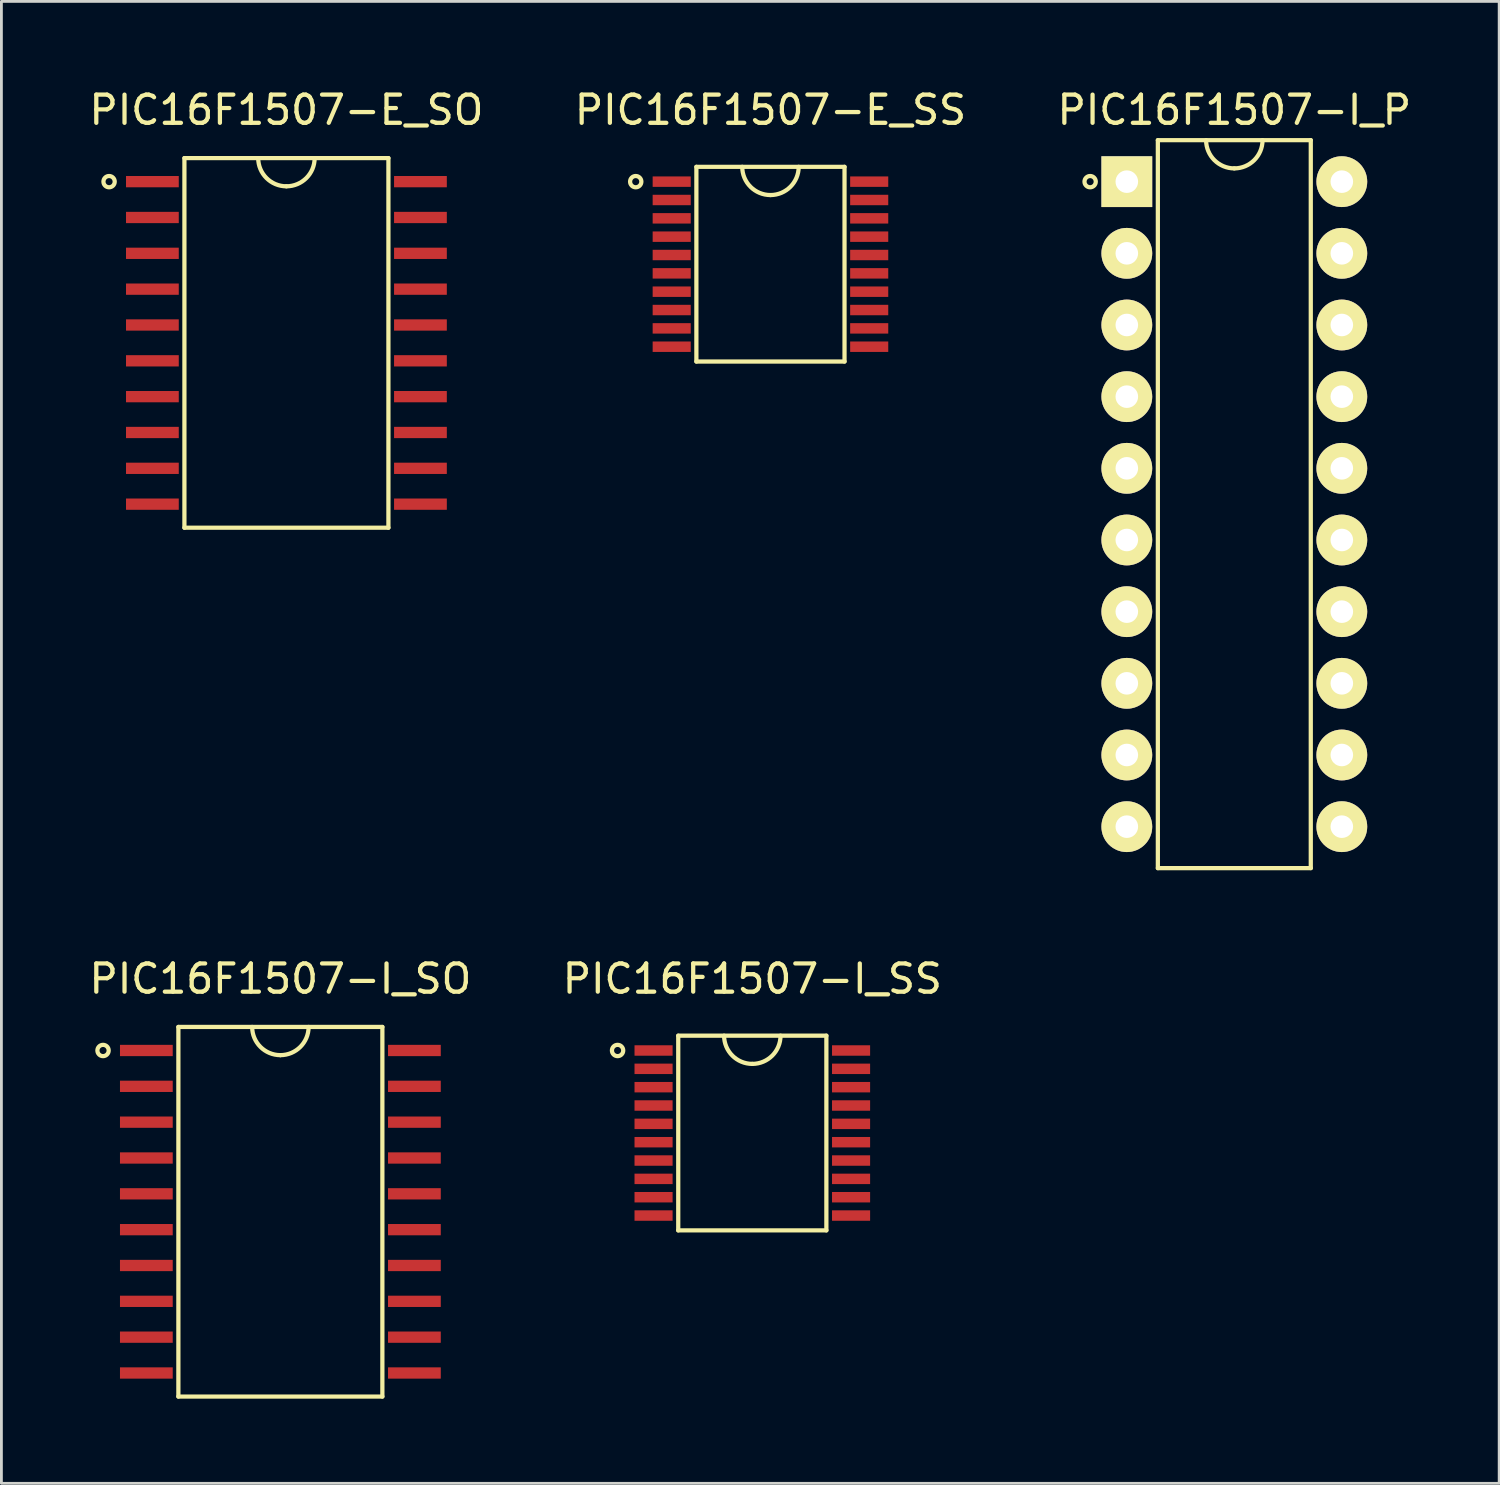
<source format=kicad_pcb>
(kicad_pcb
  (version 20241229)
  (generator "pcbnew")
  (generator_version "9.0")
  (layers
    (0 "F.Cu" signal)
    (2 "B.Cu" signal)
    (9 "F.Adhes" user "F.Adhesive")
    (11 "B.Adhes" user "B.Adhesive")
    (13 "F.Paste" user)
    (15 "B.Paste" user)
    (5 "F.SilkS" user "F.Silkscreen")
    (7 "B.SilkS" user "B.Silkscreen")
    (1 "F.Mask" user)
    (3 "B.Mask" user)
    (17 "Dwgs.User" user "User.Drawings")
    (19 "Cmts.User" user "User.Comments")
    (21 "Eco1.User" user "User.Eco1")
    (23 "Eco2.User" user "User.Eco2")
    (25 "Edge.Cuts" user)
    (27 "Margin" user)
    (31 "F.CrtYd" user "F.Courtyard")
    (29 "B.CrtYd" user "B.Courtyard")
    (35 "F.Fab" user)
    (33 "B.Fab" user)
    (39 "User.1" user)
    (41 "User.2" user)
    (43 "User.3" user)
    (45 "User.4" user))
  (footprint "PIC16F1507-I_P"
    (layer "F.Cu")
    (at 36.886 3.388)
    (property "Reference" "PIC16F1507-I_P" (at 3.81 -2.54 0) (layer "F.SilkS") (effects (font (size 1 1) (thickness 0.15))))
    (attr through_hole)
    (fp_line (start 1.1 -1.47) (end 6.52 -1.47) (stroke (width 0.15) (type solid)) (layer "F.SilkS"))
    (fp_line (start 1.1 24.33) (end 1.1 -1.47) (stroke (width 0.15) (type solid)) (layer "F.SilkS"))
    (fp_line (start 6.52 -1.47) (end 6.52 24.33) (stroke (width 0.15) (type solid)) (layer "F.SilkS"))
    (fp_line (start 6.52 24.33) (end 1.1 24.33) (stroke (width 0.15) (type solid)) (layer "F.SilkS"))
    (fp_arc (start 3.81 -0.47) (mid 3.102893 -0.762893) (end 2.81 -1.47) (stroke (width 0.15) (type solid)) (layer "F.SilkS"))
    (fp_arc (start 4.81 -1.47) (mid 4.517107 -0.762893) (end 3.81 -0.47) (stroke (width 0.15) (type solid)) (layer "F.SilkS"))
    (fp_circle (center -1.3 0) (end -1.3 0.2) (stroke (width 0.15) (type solid)) (fill no) (layer "F.SilkS"))
    (pad "1" thru_hole rect (at 0 0) (size 1.8 1.8) (drill 0.8) (layers "*.Cu" "*.Mask" "F.SilkS"))
    (pad "2" thru_hole circle (at 0 2.54) (size 1.8 1.8) (drill 0.8) (layers "*.Cu" "*.Mask" "F.SilkS"))
    (pad "3" thru_hole circle (at 0 5.08) (size 1.8 1.8) (drill 0.8) (layers "*.Cu" "*.Mask" "F.SilkS"))
    (pad "4" thru_hole circle (at 0 7.62) (size 1.8 1.8) (drill 0.8) (layers "*.Cu" "*.Mask" "F.SilkS"))
    (pad "5" thru_hole circle (at 0 10.16) (size 1.8 1.8) (drill 0.8) (layers "*.Cu" "*.Mask" "F.SilkS"))
    (pad "6" thru_hole circle (at 0 12.7) (size 1.8 1.8) (drill 0.8) (layers "*.Cu" "*.Mask" "F.SilkS"))
    (pad "7" thru_hole circle (at 0 15.24) (size 1.8 1.8) (drill 0.8) (layers "*.Cu" "*.Mask" "F.SilkS"))
    (pad "8" thru_hole circle (at 0 17.78) (size 1.8 1.8) (drill 0.8) (layers "*.Cu" "*.Mask" "F.SilkS"))
    (pad "9" thru_hole circle (at 0 20.32) (size 1.8 1.8) (drill 0.8) (layers "*.Cu" "*.Mask" "F.SilkS"))
    (pad "10" thru_hole circle (at 0 22.86) (size 1.8 1.8) (drill 0.8) (layers "*.Cu" "*.Mask" "F.SilkS"))
    (pad "11" thru_hole circle (at 7.62 22.86) (size 1.8 1.8) (drill 0.8) (layers "*.Cu" "*.Mask" "F.SilkS"))
    (pad "12" thru_hole circle (at 7.62 20.32) (size 1.8 1.8) (drill 0.8) (layers "*.Cu" "*.Mask" "F.SilkS"))
    (pad "13" thru_hole circle (at 7.62 17.78) (size 1.8 1.8) (drill 0.8) (layers "*.Cu" "*.Mask" "F.SilkS"))
    (pad "14" thru_hole circle (at 7.62 15.24) (size 1.8 1.8) (drill 0.8) (layers "*.Cu" "*.Mask" "F.SilkS"))
    (pad "15" thru_hole circle (at 7.62 12.7) (size 1.8 1.8) (drill 0.8) (layers "*.Cu" "*.Mask" "F.SilkS"))
    (pad "16" thru_hole circle (at 7.62 10.16) (size 1.8 1.8) (drill 0.8) (layers "*.Cu" "*.Mask" "F.SilkS"))
    (pad "17" thru_hole circle (at 7.62 7.62) (size 1.8 1.8) (drill 0.8) (layers "*.Cu" "*.Mask" "F.SilkS"))
    (pad "18" thru_hole circle (at 7.62 5.08) (size 1.8 1.8) (drill 0.8) (layers "*.Cu" "*.Mask" "F.SilkS"))
    (pad "19" thru_hole circle (at 7.62 2.54) (size 1.8 1.8) (drill 0.8) (layers "*.Cu" "*.Mask" "F.SilkS"))
    (pad "20" thru_hole circle (at 7.62 0) (size 1.8 1.8) (drill 0.8) (layers "*.Cu" "*.Mask" "F.SilkS")))
  (footprint "PIC16F1507-I_SS"
    (layer "F.Cu")
    (at 20.113 34.181)
    (property "Reference" "PIC16F1507-I_SS" (at 3.5 -2.54 0) (layer "F.SilkS") (effects (font (size 1 1) (thickness 0.15))))
    (attr through_hole)
    (fp_line (start 0.875 -0.525) (end 6.125 -0.525) (stroke (width 0.15) (type solid)) (layer "F.SilkS"))
    (fp_line (start 0.875 6.375) (end 0.875 -0.525) (stroke (width 0.15) (type solid)) (layer "F.SilkS"))
    (fp_line (start 6.125 -0.525) (end 6.125 6.375) (stroke (width 0.15) (type solid)) (layer "F.SilkS"))
    (fp_line (start 6.125 6.375) (end 0.875 6.375) (stroke (width 0.15) (type solid)) (layer "F.SilkS"))
    (fp_arc (start 3.5 0.475) (mid 2.792893 0.182107) (end 2.5 -0.525) (stroke (width 0.15) (type solid)) (layer "F.SilkS"))
    (fp_arc (start 4.5 -0.525) (mid 4.207107 0.182107) (end 3.5 0.475) (stroke (width 0.15) (type solid)) (layer "F.SilkS"))
    (fp_circle (center -1.275 0) (end -1.275 0.2) (stroke (width 0.15) (type solid)) (fill no) (layer "F.SilkS"))
    (pad "1" smd rect (at 0 0) (size 1.35 0.37) (layers "F.Cu" "F.Mask" "F.Paste"))
    (pad "2" smd rect (at 0 0.65) (size 1.35 0.37) (layers "F.Cu" "F.Mask" "F.Paste"))
    (pad "3" smd rect (at 0 1.3) (size 1.35 0.37) (layers "F.Cu" "F.Mask" "F.Paste"))
    (pad "4" smd rect (at 0 1.95) (size 1.35 0.37) (layers "F.Cu" "F.Mask" "F.Paste"))
    (pad "5" smd rect (at 0 2.6) (size 1.35 0.37) (layers "F.Cu" "F.Mask" "F.Paste"))
    (pad "6" smd rect (at 0 3.25) (size 1.35 0.37) (layers "F.Cu" "F.Mask" "F.Paste"))
    (pad "7" smd rect (at 0 3.9) (size 1.35 0.37) (layers "F.Cu" "F.Mask" "F.Paste"))
    (pad "8" smd rect (at 0 4.55) (size 1.35 0.37) (layers "F.Cu" "F.Mask" "F.Paste"))
    (pad "9" smd rect (at 0 5.2) (size 1.35 0.37) (layers "F.Cu" "F.Mask" "F.Paste"))
    (pad "10" smd rect (at 0 5.85) (size 1.35 0.37) (layers "F.Cu" "F.Mask" "F.Paste"))
    (pad "11" smd rect (at 7 5.85) (size 1.35 0.37) (layers "F.Cu" "F.Mask" "F.Paste"))
    (pad "12" smd rect (at 7 5.2) (size 1.35 0.37) (layers "F.Cu" "F.Mask" "F.Paste"))
    (pad "13" smd rect (at 7 4.55) (size 1.35 0.37) (layers "F.Cu" "F.Mask" "F.Paste"))
    (pad "14" smd rect (at 7 3.9) (size 1.35 0.37) (layers "F.Cu" "F.Mask" "F.Paste"))
    (pad "15" smd rect (at 7 3.25) (size 1.35 0.37) (layers "F.Cu" "F.Mask" "F.Paste"))
    (pad "16" smd rect (at 7 2.6) (size 1.35 0.37) (layers "F.Cu" "F.Mask" "F.Paste"))
    (pad "17" smd rect (at 7 1.95) (size 1.35 0.37) (layers "F.Cu" "F.Mask" "F.Paste"))
    (pad "18" smd rect (at 7 1.3) (size 1.35 0.37) (layers "F.Cu" "F.Mask" "F.Paste"))
    (pad "19" smd rect (at 7 0.65) (size 1.35 0.37) (layers "F.Cu" "F.Mask" "F.Paste"))
    (pad "20" smd rect (at 7 0) (size 1.35 0.37) (layers "F.Cu" "F.Mask" "F.Paste")))
  (footprint "PIC16F1507-E_SO"
    (layer "F.Cu")
    (at 2.351 3.388)
    (property "Reference" "PIC16F1507-E_SO" (at 4.75 -2.54 0) (layer "F.SilkS") (effects (font (size 1 1) (thickness 0.15))))
    (attr through_hole)
    (fp_line (start 1.135 -0.835) (end 8.365 -0.835) (stroke (width 0.15) (type solid)) (layer "F.SilkS"))
    (fp_line (start 1.135 12.265) (end 1.135 -0.835) (stroke (width 0.15) (type solid)) (layer "F.SilkS"))
    (fp_line (start 8.365 -0.835) (end 8.365 12.265) (stroke (width 0.15) (type solid)) (layer "F.SilkS"))
    (fp_line (start 8.365 12.265) (end 1.135 12.265) (stroke (width 0.15) (type solid)) (layer "F.SilkS"))
    (fp_arc (start 4.75 0.165) (mid 4.042893 -0.127893) (end 3.75 -0.835) (stroke (width 0.15) (type solid)) (layer "F.SilkS"))
    (fp_arc (start 5.75 -0.835) (mid 5.457107 -0.127893) (end 4.75 0.165) (stroke (width 0.15) (type solid)) (layer "F.SilkS"))
    (fp_circle (center -1.535 0) (end -1.535 0.2) (stroke (width 0.15) (type solid)) (fill no) (layer "F.SilkS"))
    (pad "1" smd rect (at 0 0) (size 1.87 0.4) (layers "F.Cu" "F.Mask" "F.Paste"))
    (pad "2" smd rect (at 0 1.27) (size 1.87 0.4) (layers "F.Cu" "F.Mask" "F.Paste"))
    (pad "3" smd rect (at 0 2.54) (size 1.87 0.4) (layers "F.Cu" "F.Mask" "F.Paste"))
    (pad "4" smd rect (at 0 3.81) (size 1.87 0.4) (layers "F.Cu" "F.Mask" "F.Paste"))
    (pad "5" smd rect (at 0 5.08) (size 1.87 0.4) (layers "F.Cu" "F.Mask" "F.Paste"))
    (pad "6" smd rect (at 0 6.35) (size 1.87 0.4) (layers "F.Cu" "F.Mask" "F.Paste"))
    (pad "7" smd rect (at 0 7.62) (size 1.87 0.4) (layers "F.Cu" "F.Mask" "F.Paste"))
    (pad "8" smd rect (at 0 8.89) (size 1.87 0.4) (layers "F.Cu" "F.Mask" "F.Paste"))
    (pad "9" smd rect (at 0 10.16) (size 1.87 0.4) (layers "F.Cu" "F.Mask" "F.Paste"))
    (pad "10" smd rect (at 0 11.43) (size 1.87 0.4) (layers "F.Cu" "F.Mask" "F.Paste"))
    (pad "11" smd rect (at 9.5 11.43) (size 1.87 0.4) (layers "F.Cu" "F.Mask" "F.Paste"))
    (pad "12" smd rect (at 9.5 10.16) (size 1.87 0.4) (layers "F.Cu" "F.Mask" "F.Paste"))
    (pad "13" smd rect (at 9.5 8.89) (size 1.87 0.4) (layers "F.Cu" "F.Mask" "F.Paste"))
    (pad "14" smd rect (at 9.5 7.62) (size 1.87 0.4) (layers "F.Cu" "F.Mask" "F.Paste"))
    (pad "15" smd rect (at 9.5 6.35) (size 1.87 0.4) (layers "F.Cu" "F.Mask" "F.Paste"))
    (pad "16" smd rect (at 9.5 5.08) (size 1.87 0.4) (layers "F.Cu" "F.Mask" "F.Paste"))
    (pad "17" smd rect (at 9.5 3.81) (size 1.87 0.4) (layers "F.Cu" "F.Mask" "F.Paste"))
    (pad "18" smd rect (at 9.5 2.54) (size 1.87 0.4) (layers "F.Cu" "F.Mask" "F.Paste"))
    (pad "19" smd rect (at 9.5 1.27) (size 1.87 0.4) (layers "F.Cu" "F.Mask" "F.Paste"))
    (pad "20" smd rect (at 9.5 0) (size 1.87 0.4) (layers "F.Cu" "F.Mask" "F.Paste")))
  (footprint "PIC16F1507-I_SO"
    (layer "F.Cu")
    (at 2.137 34.181)
    (property "Reference" "PIC16F1507-I_SO" (at 4.75 -2.54 0) (layer "F.SilkS") (effects (font (size 1 1) (thickness 0.15))))
    (attr through_hole)
    (fp_line (start 1.135 -0.835) (end 8.365 -0.835) (stroke (width 0.15) (type solid)) (layer "F.SilkS"))
    (fp_line (start 1.135 12.265) (end 1.135 -0.835) (stroke (width 0.15) (type solid)) (layer "F.SilkS"))
    (fp_line (start 8.365 -0.835) (end 8.365 12.265) (stroke (width 0.15) (type solid)) (layer "F.SilkS"))
    (fp_line (start 8.365 12.265) (end 1.135 12.265) (stroke (width 0.15) (type solid)) (layer "F.SilkS"))
    (fp_arc (start 4.75 0.165) (mid 4.042893 -0.127893) (end 3.75 -0.835) (stroke (width 0.15) (type solid)) (layer "F.SilkS"))
    (fp_arc (start 5.75 -0.835) (mid 5.457107 -0.127893) (end 4.75 0.165) (stroke (width 0.15) (type solid)) (layer "F.SilkS"))
    (fp_circle (center -1.535 0) (end -1.535 0.2) (stroke (width 0.15) (type solid)) (fill no) (layer "F.SilkS"))
    (pad "1" smd rect (at 0 0) (size 1.87 0.4) (layers "F.Cu" "F.Mask" "F.Paste"))
    (pad "2" smd rect (at 0 1.27) (size 1.87 0.4) (layers "F.Cu" "F.Mask" "F.Paste"))
    (pad "3" smd rect (at 0 2.54) (size 1.87 0.4) (layers "F.Cu" "F.Mask" "F.Paste"))
    (pad "4" smd rect (at 0 3.81) (size 1.87 0.4) (layers "F.Cu" "F.Mask" "F.Paste"))
    (pad "5" smd rect (at 0 5.08) (size 1.87 0.4) (layers "F.Cu" "F.Mask" "F.Paste"))
    (pad "6" smd rect (at 0 6.35) (size 1.87 0.4) (layers "F.Cu" "F.Mask" "F.Paste"))
    (pad "7" smd rect (at 0 7.62) (size 1.87 0.4) (layers "F.Cu" "F.Mask" "F.Paste"))
    (pad "8" smd rect (at 0 8.89) (size 1.87 0.4) (layers "F.Cu" "F.Mask" "F.Paste"))
    (pad "9" smd rect (at 0 10.16) (size 1.87 0.4) (layers "F.Cu" "F.Mask" "F.Paste"))
    (pad "10" smd rect (at 0 11.43) (size 1.87 0.4) (layers "F.Cu" "F.Mask" "F.Paste"))
    (pad "11" smd rect (at 9.5 11.43) (size 1.87 0.4) (layers "F.Cu" "F.Mask" "F.Paste"))
    (pad "12" smd rect (at 9.5 10.16) (size 1.87 0.4) (layers "F.Cu" "F.Mask" "F.Paste"))
    (pad "13" smd rect (at 9.5 8.89) (size 1.87 0.4) (layers "F.Cu" "F.Mask" "F.Paste"))
    (pad "14" smd rect (at 9.5 7.62) (size 1.87 0.4) (layers "F.Cu" "F.Mask" "F.Paste"))
    (pad "15" smd rect (at 9.5 6.35) (size 1.87 0.4) (layers "F.Cu" "F.Mask" "F.Paste"))
    (pad "16" smd rect (at 9.5 5.08) (size 1.87 0.4) (layers "F.Cu" "F.Mask" "F.Paste"))
    (pad "17" smd rect (at 9.5 3.81) (size 1.87 0.4) (layers "F.Cu" "F.Mask" "F.Paste"))
    (pad "18" smd rect (at 9.5 2.54) (size 1.87 0.4) (layers "F.Cu" "F.Mask" "F.Paste"))
    (pad "19" smd rect (at 9.5 1.27) (size 1.87 0.4) (layers "F.Cu" "F.Mask" "F.Paste"))
    (pad "20" smd rect (at 9.5 0) (size 1.87 0.4) (layers "F.Cu" "F.Mask" "F.Paste")))
  (footprint "PIC16F1507-E_SS"
    (layer "F.Cu")
    (at 20.756 3.388)
    (property "Reference" "PIC16F1507-E_SS" (at 3.5 -2.54 0) (layer "F.SilkS") (effects (font (size 1 1) (thickness 0.15))))
    (attr through_hole)
    (fp_line (start 0.875 -0.525) (end 6.125 -0.525) (stroke (width 0.15) (type solid)) (layer "F.SilkS"))
    (fp_line (start 0.875 6.375) (end 0.875 -0.525) (stroke (width 0.15) (type solid)) (layer "F.SilkS"))
    (fp_line (start 6.125 -0.525) (end 6.125 6.375) (stroke (width 0.15) (type solid)) (layer "F.SilkS"))
    (fp_line (start 6.125 6.375) (end 0.875 6.375) (stroke (width 0.15) (type solid)) (layer "F.SilkS"))
    (fp_arc (start 3.5 0.475) (mid 2.792893 0.182107) (end 2.5 -0.525) (stroke (width 0.15) (type solid)) (layer "F.SilkS"))
    (fp_arc (start 4.5 -0.525) (mid 4.207107 0.182107) (end 3.5 0.475) (stroke (width 0.15) (type solid)) (layer "F.SilkS"))
    (fp_circle (center -1.275 0) (end -1.275 0.2) (stroke (width 0.15) (type solid)) (fill no) (layer "F.SilkS"))
    (pad "1" smd rect (at 0 0) (size 1.35 0.37) (layers "F.Cu" "F.Mask" "F.Paste"))
    (pad "2" smd rect (at 0 0.65) (size 1.35 0.37) (layers "F.Cu" "F.Mask" "F.Paste"))
    (pad "3" smd rect (at 0 1.3) (size 1.35 0.37) (layers "F.Cu" "F.Mask" "F.Paste"))
    (pad "4" smd rect (at 0 1.95) (size 1.35 0.37) (layers "F.Cu" "F.Mask" "F.Paste"))
    (pad "5" smd rect (at 0 2.6) (size 1.35 0.37) (layers "F.Cu" "F.Mask" "F.Paste"))
    (pad "6" smd rect (at 0 3.25) (size 1.35 0.37) (layers "F.Cu" "F.Mask" "F.Paste"))
    (pad "7" smd rect (at 0 3.9) (size 1.35 0.37) (layers "F.Cu" "F.Mask" "F.Paste"))
    (pad "8" smd rect (at 0 4.55) (size 1.35 0.37) (layers "F.Cu" "F.Mask" "F.Paste"))
    (pad "9" smd rect (at 0 5.2) (size 1.35 0.37) (layers "F.Cu" "F.Mask" "F.Paste"))
    (pad "10" smd rect (at 0 5.85) (size 1.35 0.37) (layers "F.Cu" "F.Mask" "F.Paste"))
    (pad "11" smd rect (at 7 5.85) (size 1.35 0.37) (layers "F.Cu" "F.Mask" "F.Paste"))
    (pad "12" smd rect (at 7 5.2) (size 1.35 0.37) (layers "F.Cu" "F.Mask" "F.Paste"))
    (pad "13" smd rect (at 7 4.55) (size 1.35 0.37) (layers "F.Cu" "F.Mask" "F.Paste"))
    (pad "14" smd rect (at 7 3.9) (size 1.35 0.37) (layers "F.Cu" "F.Mask" "F.Paste"))
    (pad "15" smd rect (at 7 3.25) (size 1.35 0.37) (layers "F.Cu" "F.Mask" "F.Paste"))
    (pad "16" smd rect (at 7 2.6) (size 1.35 0.37) (layers "F.Cu" "F.Mask" "F.Paste"))
    (pad "17" smd rect (at 7 1.95) (size 1.35 0.37) (layers "F.Cu" "F.Mask" "F.Paste"))
    (pad "18" smd rect (at 7 1.3) (size 1.35 0.37) (layers "F.Cu" "F.Mask" "F.Paste"))
    (pad "19" smd rect (at 7 0.65) (size 1.35 0.37) (layers "F.Cu" "F.Mask" "F.Paste"))
    (pad "20" smd rect (at 7 0) (size 1.35 0.37) (layers "F.Cu" "F.Mask" "F.Paste")))
  (gr_rect
    (start -3 -3)
    (end 50.083 49.522)
    (stroke (width 0.1) (type default))
    (fill no)
    (layer "Edge.Cuts")))
</source>
